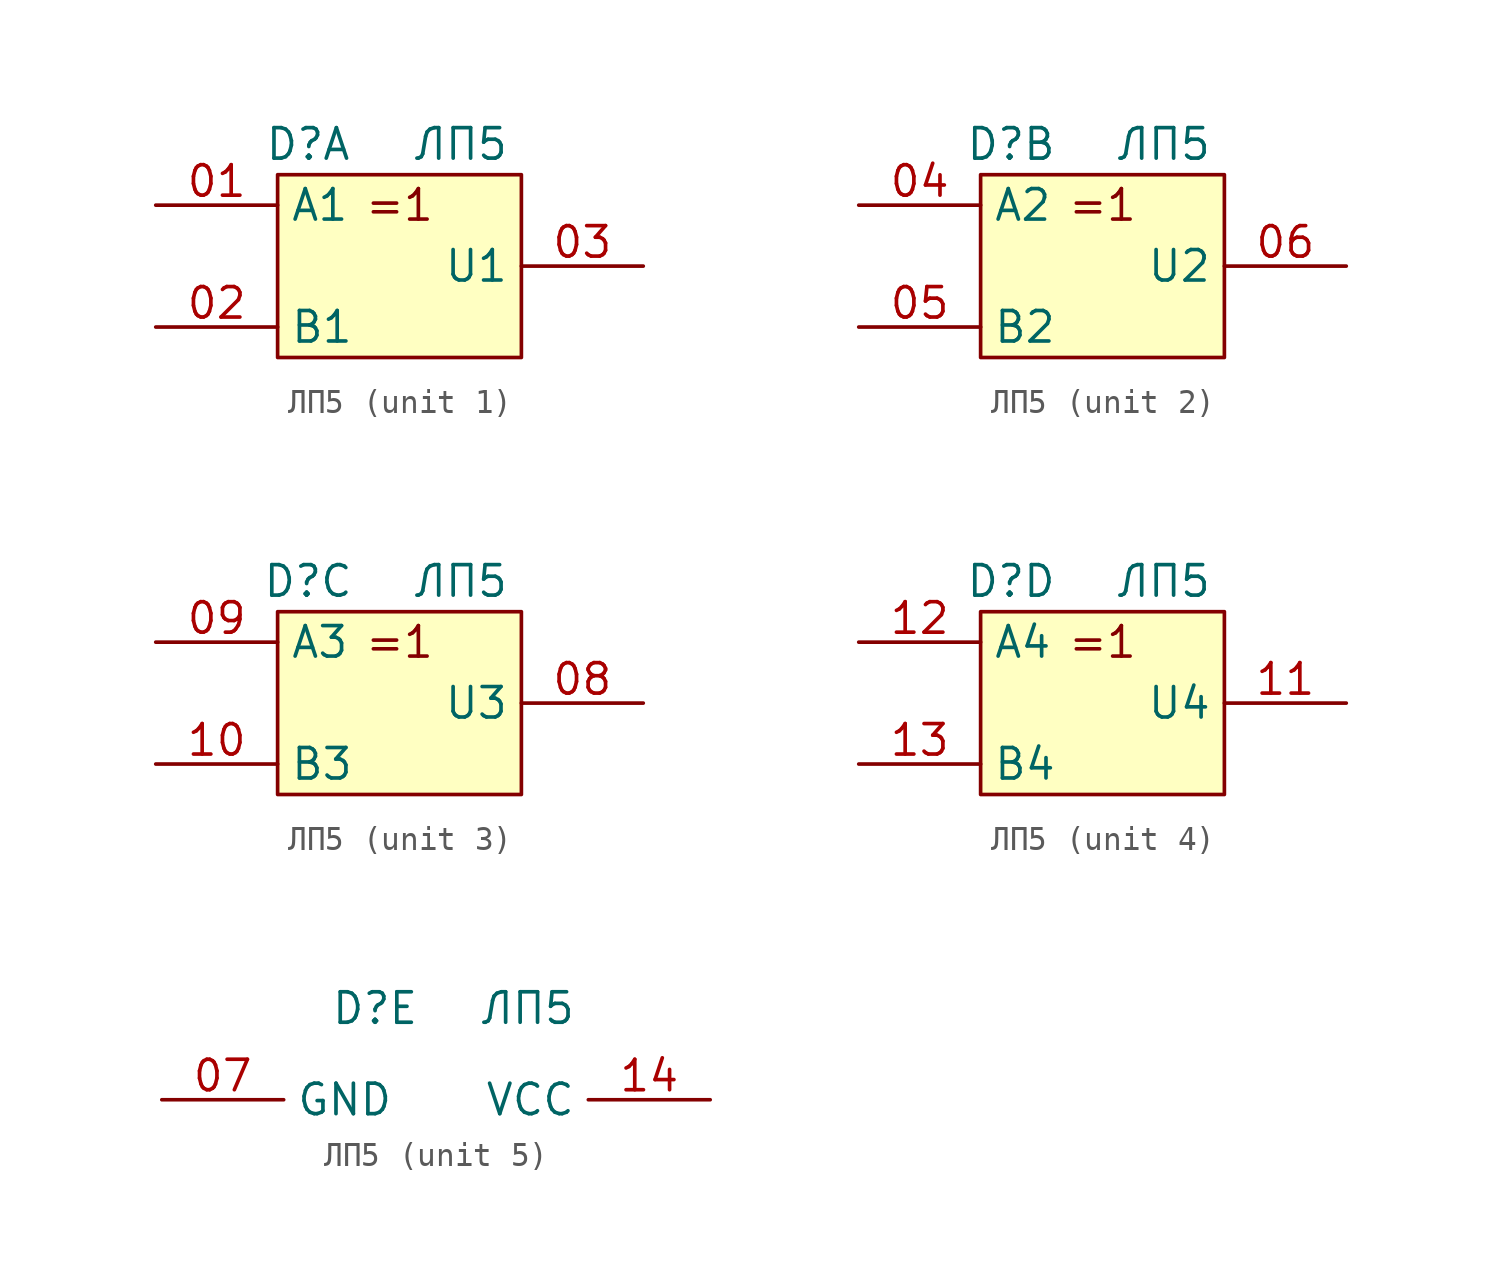
<source format=kicad_sym>
(kicad_symbol_lib
  (version 20231120)
  (generator "kicad_symbol_editor")
  (generator_version "8.0")
  (symbol "ЛП5"
    (property "Reference" "D"
      (at -2.54 -5.08 0)
      (effects (font (size 1.27 1.27))))
    (property "Value" "ЛП5"
      (at 3.81 -5.08 0)
      (effects (font (size 1.27 1.27))))
    (property "ki_locked" ""
      (at 0 0 0)
      (effects (font (size 1.27 1.27))))
    (symbol "ЛП5_1_0"
      (rectangle (start -3.81 -6.35) (end 6.35 -13.97) (stroke (width 0) (type default)) (fill (type background))))
    (symbol "ЛП5_1_1"
      (text "=1" (at 1.27 -7.62 0) (effects (font (size 1.27 1.27))))
      (pin input line (at -8.89 -7.62 0) (length 5.08) (name "A1" (effects (font (size 1.27 1.27)))) (number "01" (effects (font (size 1.27 1.27)))))
      (pin input line (at -8.89 -12.7 0) (length 5.08) (name "B1" (effects (font (size 1.27 1.27)))) (number "02" (effects (font (size 1.27 1.27)))))
      (pin output line (at 11.43 -10.16 180) (length 5.08) (name "U1" (effects (font (size 1.27 1.27)))) (number "03" (effects (font (size 1.27 1.27))))))
    (symbol "ЛП5_2_0"
      (rectangle (start -3.81 -6.35) (end 6.35 -13.97) (stroke (width 0) (type default)) (fill (type background))))
    (symbol "ЛП5_2_1"
      (text "=1" (at 1.27 -7.62 0) (effects (font (size 1.27 1.27))))
      (pin input line (at -8.89 -7.62 0) (length 5.08) (name "A2" (effects (font (size 1.27 1.27)))) (number "04" (effects (font (size 1.27 1.27)))))
      (pin input line (at -8.89 -12.7 0) (length 5.08) (name "B2" (effects (font (size 1.27 1.27)))) (number "05" (effects (font (size 1.27 1.27)))))
      (pin output line (at 11.43 -10.16 180) (length 5.08) (name "U2" (effects (font (size 1.27 1.27)))) (number "06" (effects (font (size 1.27 1.27))))))
    (symbol "ЛП5_3_0"
      (rectangle (start -3.81 -6.35) (end 6.35 -13.97) (stroke (width 0) (type default)) (fill (type background))))
    (symbol "ЛП5_3_1"
      (text "=1" (at 1.27 -7.62 0) (effects (font (size 1.27 1.27))))
      (pin output line (at 11.43 -10.16 180) (length 5.08) (name "U3" (effects (font (size 1.27 1.27)))) (number "08" (effects (font (size 1.27 1.27)))))
      (pin input line (at -8.89 -7.62 0) (length 5.08) (name "A3" (effects (font (size 1.27 1.27)))) (number "09" (effects (font (size 1.27 1.27)))))
      (pin input line (at -8.89 -12.7 0) (length 5.08) (name "B3" (effects (font (size 1.27 1.27)))) (number "10" (effects (font (size 1.27 1.27))))))
    (symbol "ЛП5_4_0"
      (rectangle (start -3.81 -6.35) (end 6.35 -13.97) (stroke (width 0) (type default)) (fill (type background))))
    (symbol "ЛП5_4_1"
      (text "=1" (at 1.27 -7.62 0) (effects (font (size 1.27 1.27))))
      (pin output line (at 11.43 -10.16 180) (length 5.08) (name "U4" (effects (font (size 1.27 1.27)))) (number "11" (effects (font (size 1.27 1.27)))))
      (pin input line (at -8.89 -7.62 0) (length 5.08) (name "A4" (effects (font (size 1.27 1.27)))) (number "12" (effects (font (size 1.27 1.27)))))
      (pin input line (at -8.89 -12.7 0) (length 5.08) (name "B4" (effects (font (size 1.27 1.27)))) (number "13" (effects (font (size 1.27 1.27))))))
    (symbol "ЛП5_5_1"
      (pin power_in line (at -11.43 -8.89 0) (length 5.08) (name "GND" (effects (font (size 1.27 1.27)))) (number "07" (effects (font (size 1.27 1.27)))))
      (pin power_in line (at 11.43 -8.89 180) (length 5.08) (name "VCC" (effects (font (size 1.27 1.27)))) (number "14" (effects (font (size 1.27 1.27))))))))
</source>
